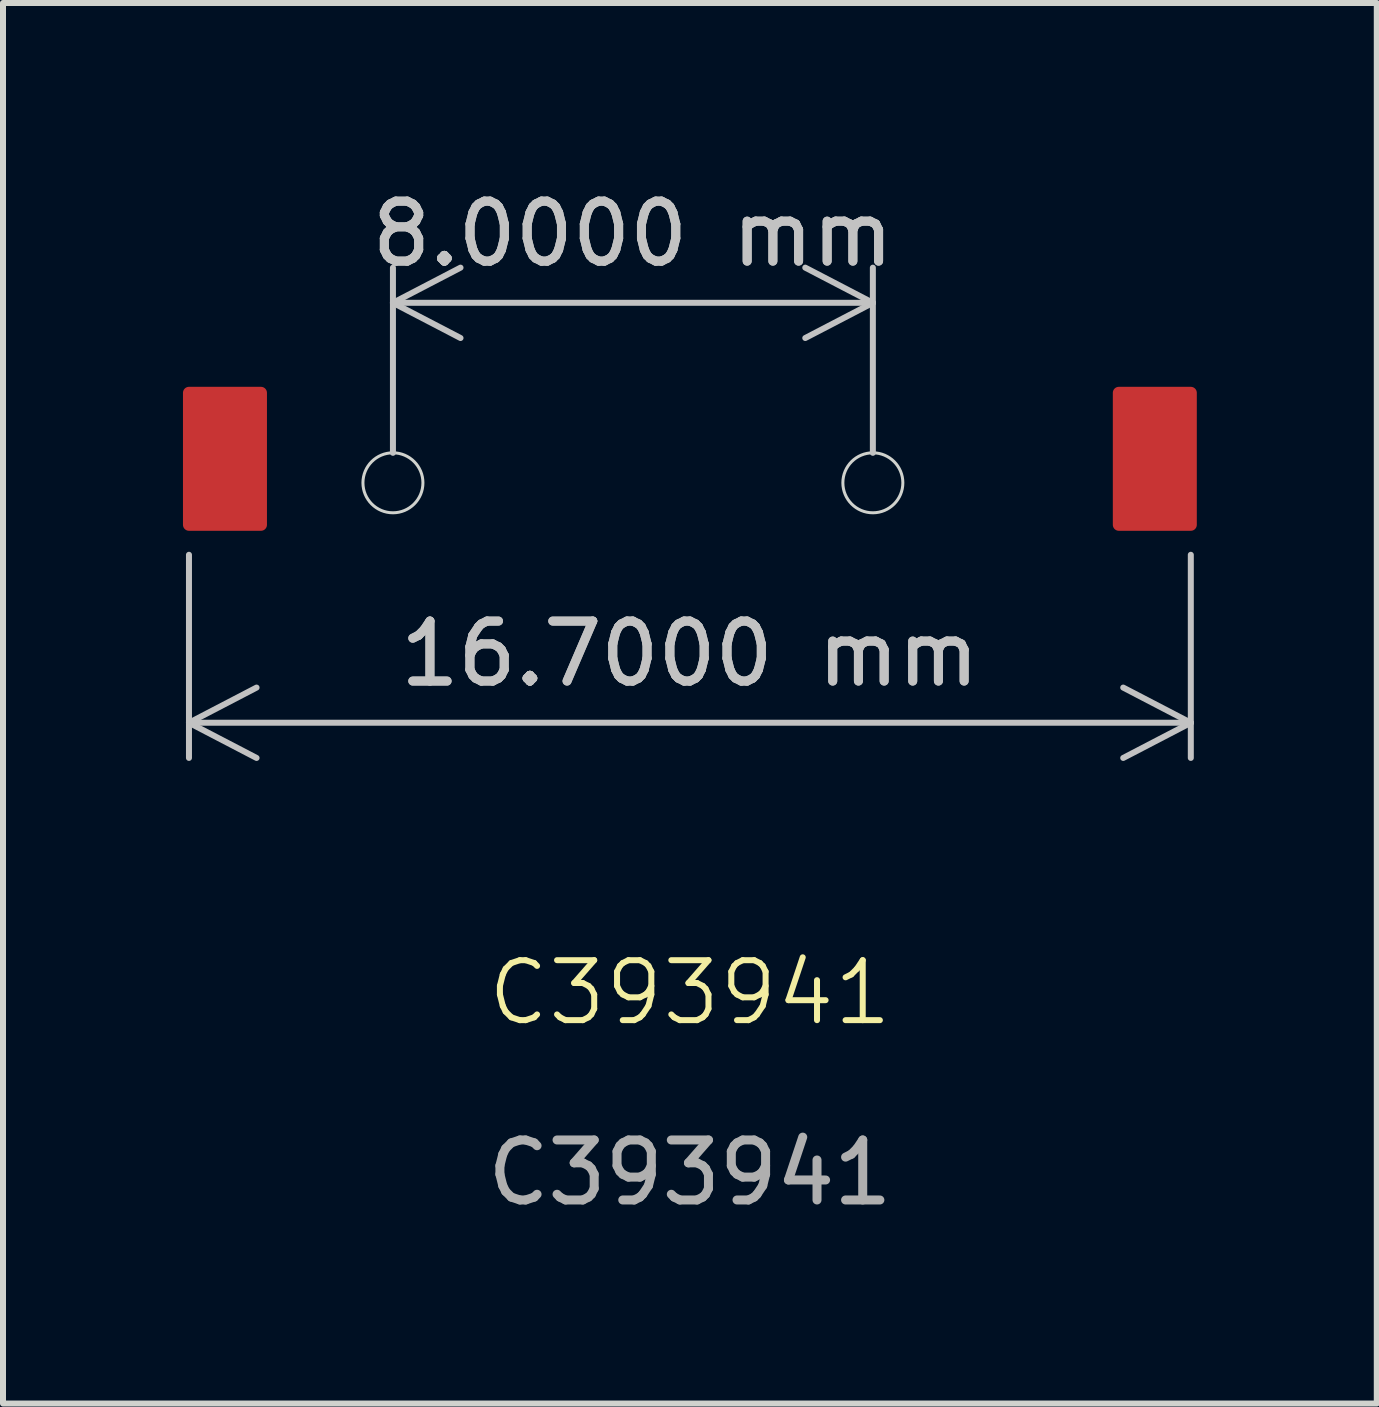
<source format=kicad_pcb>
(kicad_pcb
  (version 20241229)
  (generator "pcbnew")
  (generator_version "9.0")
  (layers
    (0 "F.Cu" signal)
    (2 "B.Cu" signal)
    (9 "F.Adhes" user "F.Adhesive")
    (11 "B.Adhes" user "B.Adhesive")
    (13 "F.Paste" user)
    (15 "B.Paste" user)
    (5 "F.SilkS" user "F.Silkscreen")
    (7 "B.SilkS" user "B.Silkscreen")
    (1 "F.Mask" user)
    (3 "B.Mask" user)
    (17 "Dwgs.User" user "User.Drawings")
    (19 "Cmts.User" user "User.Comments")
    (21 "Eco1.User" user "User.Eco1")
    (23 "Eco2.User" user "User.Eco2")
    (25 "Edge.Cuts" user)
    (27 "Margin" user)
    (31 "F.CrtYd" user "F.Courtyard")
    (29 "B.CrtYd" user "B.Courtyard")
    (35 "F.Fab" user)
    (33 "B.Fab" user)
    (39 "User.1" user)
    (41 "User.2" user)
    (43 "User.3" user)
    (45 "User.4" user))
  (footprint "C393941"
    (layer "F.Cu")
    (at 8.45 13.998)
    (property "Reference" "C393941" (at 0 -0.5 0) (unlocked yes) (layer "F.SilkS") (effects (font (size 1 1) (thickness 0.1))))
    (attr smd)
    (fp_rect (start -7.15 -8.3) (end -8.35 -10.5) (stroke (width 0.2) (type solid)) (fill yes) (layer "F.Cu"))
    (fp_rect (start 7.15 -8.3) (end 8.35 -10.5) (stroke (width 0.2) (type solid)) (fill yes) (layer "F.Cu"))
    (fp_circle (center -4.95 -9) (end -4.45 -9) (stroke (width 0.05) (type default)) (fill no) (layer "Edge.Cuts"))
    (fp_circle (center 3.05 -9) (end 3.55 -9) (stroke (width 0.05) (type default)) (fill no) (layer "Edge.Cuts"))
    (fp_text user "${REFERENCE}" (at 0 2.5 0) (unlocked yes) (layer "F.Fab") (effects (font (size 1 1) (thickness 0.15))))
    (dimension (type aligned) (layer "Dwgs.User") (pts (xy 16.8 5.698) (xy 0.1 5.698)) (height -3.3) (format (prefix "") (suffix "") (units 3) (units_format 1) (precision 4)) (style (thickness 0.1) (arrow_length 1.27) (text_position_mode 0) (arrow_direction outward) (extension_height 0.586) (extension_offset 0.5) (keep_text_aligned yes)) (gr_text "16.7000 mm" (at 8.45 7.848 0) (layer "Dwgs.User") (effects (font (size 1 1) (thickness 0.15)))))
    (dimension (type aligned) (layer "Dwgs.User") (pts (xy 3.5 4.998) (xy 11.5 4.998)) (height -3) (format (prefix "") (suffix "") (units 3) (units_format 1) (precision 4)) (style (thickness 0.1) (arrow_length 1.27) (text_position_mode 0) (arrow_direction outward) (extension_height 0.586) (extension_offset 0.5) (keep_text_aligned yes)) (gr_text "8.0000 mm" (at 7.5 0.848 0) (layer "Dwgs.User") (effects (font (size 1 1) (thickness 0.15))))))
  (gr_rect
    (start -3 -3)
    (end 19.9 20.346)
    (stroke (width 0.1) (type default))
    (fill no)
    (layer "Edge.Cuts")))
</source>
